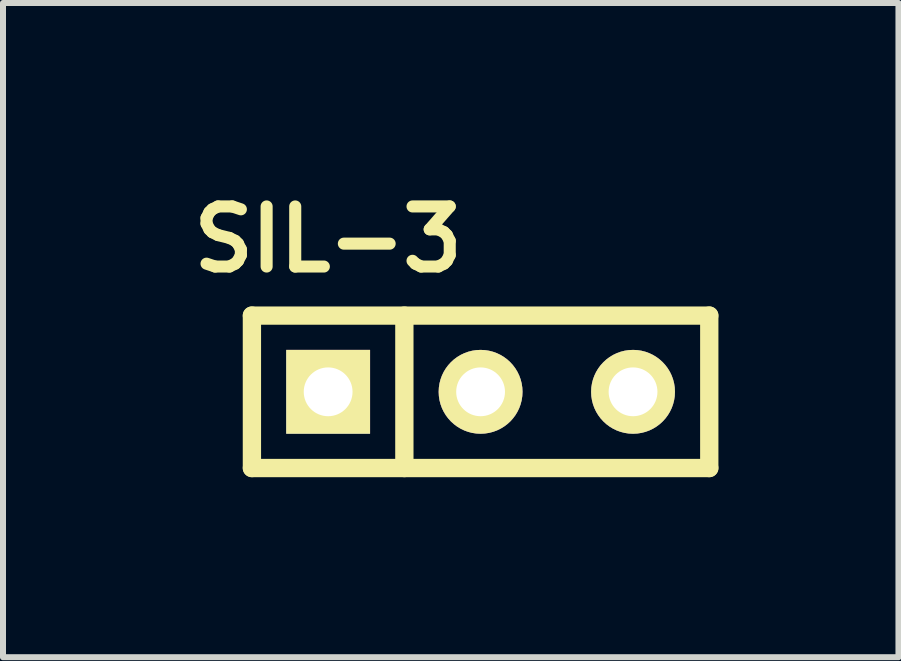
<source format=kicad_pcb>
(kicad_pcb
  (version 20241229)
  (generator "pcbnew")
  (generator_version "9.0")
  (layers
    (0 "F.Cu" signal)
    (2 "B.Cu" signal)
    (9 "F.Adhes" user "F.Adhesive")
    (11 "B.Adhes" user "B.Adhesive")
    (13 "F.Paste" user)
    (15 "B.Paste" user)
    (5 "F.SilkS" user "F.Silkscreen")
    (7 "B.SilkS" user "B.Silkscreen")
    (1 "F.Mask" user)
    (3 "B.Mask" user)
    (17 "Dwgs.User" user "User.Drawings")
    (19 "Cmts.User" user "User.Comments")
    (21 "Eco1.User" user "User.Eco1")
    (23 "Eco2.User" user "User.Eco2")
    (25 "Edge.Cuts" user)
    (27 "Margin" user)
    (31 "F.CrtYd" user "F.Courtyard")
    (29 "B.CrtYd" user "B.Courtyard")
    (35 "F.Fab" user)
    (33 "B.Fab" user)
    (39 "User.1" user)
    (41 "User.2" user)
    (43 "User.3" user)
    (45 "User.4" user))
  (footprint "SIL-3"
    (layer "F.Cu")
    (at 4.957 3.478)
    (property "Reference" "SIL-3" (at -2.54 -2.54 0) (layer "F.SilkS") (effects (font (size 1.001 1.001) (thickness 0.201))))
    (attr through_hole)
    (fp_line (start -3.81 -1.27) (end 3.81 -1.27) (stroke (width 0.305) (type solid)) (layer "F.SilkS"))
    (fp_line (start -3.81 1.27) (end -3.81 -1.27) (stroke (width 0.305) (type solid)) (layer "F.SilkS"))
    (fp_line (start -1.27 -1.27) (end -1.27 1.27) (stroke (width 0.305) (type solid)) (layer "F.SilkS"))
    (fp_line (start 3.81 -1.27) (end 3.81 1.27) (stroke (width 0.305) (type solid)) (layer "F.SilkS"))
    (fp_line (start 3.81 1.27) (end -3.81 1.27) (stroke (width 0.305) (type solid)) (layer "F.SilkS"))
    (pad "1" thru_hole rect (at -2.54 0) (size 1.397 1.397) (drill 0.813) (layers "*.Cu" "*.Mask" "F.SilkS"))
    (pad "2" thru_hole circle (at 0 0) (size 1.397 1.397) (drill 0.813) (layers "*.Cu" "*.Mask" "F.SilkS"))
    (pad "3" thru_hole circle (at 2.54 0) (size 1.397 1.397) (drill 0.813) (layers "*.Cu" "*.Mask" "F.SilkS")))
  (gr_rect
    (start -3 -3)
    (end 11.919 7.9)
    (stroke (width 0.1) (type default))
    (fill no)
    (layer "Edge.Cuts")))
</source>
